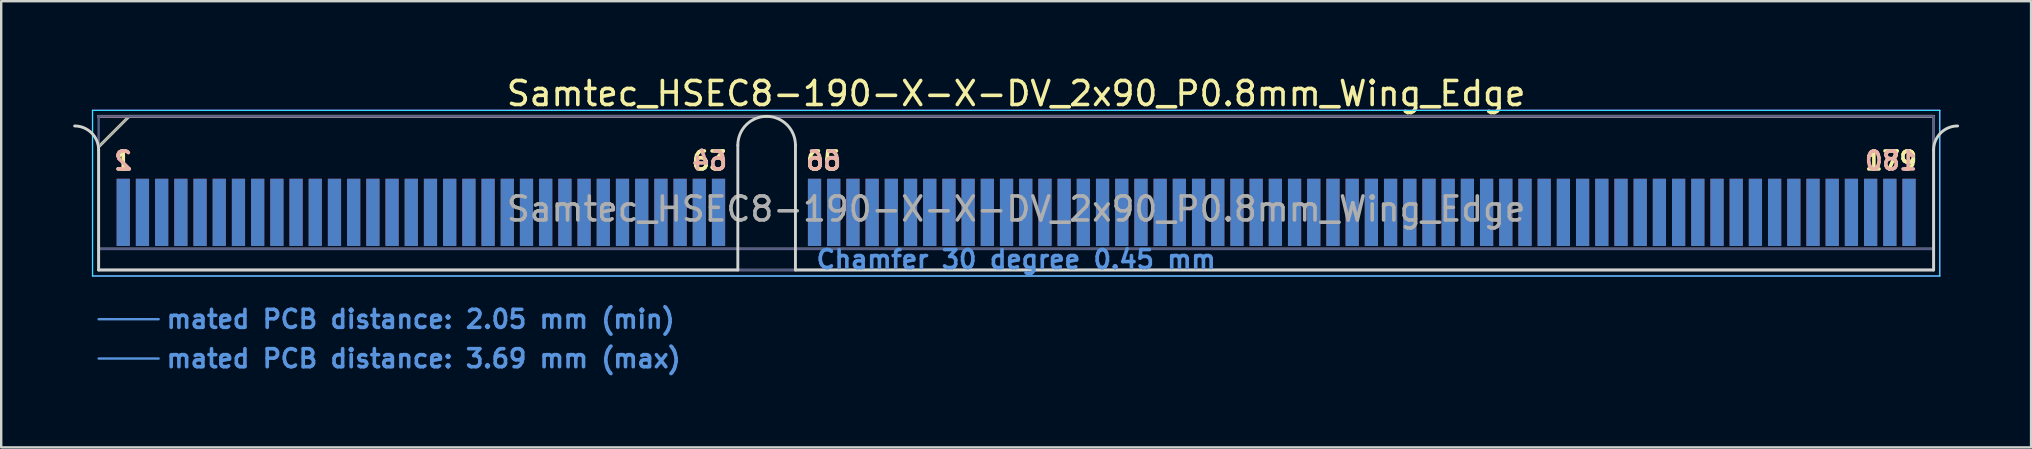
<source format=kicad_pcb>
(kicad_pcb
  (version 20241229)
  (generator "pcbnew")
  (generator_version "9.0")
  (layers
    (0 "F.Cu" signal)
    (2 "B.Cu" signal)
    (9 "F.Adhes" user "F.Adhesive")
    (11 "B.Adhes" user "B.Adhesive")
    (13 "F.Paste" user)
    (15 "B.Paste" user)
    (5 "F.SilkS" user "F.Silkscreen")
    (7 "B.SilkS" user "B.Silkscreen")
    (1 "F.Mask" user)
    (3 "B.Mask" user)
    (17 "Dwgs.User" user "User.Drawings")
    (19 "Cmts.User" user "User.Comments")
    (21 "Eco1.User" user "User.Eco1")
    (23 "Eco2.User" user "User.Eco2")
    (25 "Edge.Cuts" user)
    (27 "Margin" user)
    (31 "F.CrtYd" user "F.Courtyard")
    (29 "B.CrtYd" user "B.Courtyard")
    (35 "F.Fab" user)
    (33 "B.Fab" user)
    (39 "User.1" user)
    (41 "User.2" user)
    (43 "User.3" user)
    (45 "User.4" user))
  (footprint "Samtec_HSEC8-190-X-X-DV_2x90_P0.8mm_Wing_Edge"
    (layer "F.Cu")
    (at 39.285 8.198)
    (property "Reference" "Samtec_HSEC8-190-X-X-DV_2x90_P0.8mm_Wing_Edge" (at 0 -7.35 0) (layer "F.SilkS") (effects (font (size 1 1) (thickness 0.15))))
    (attr exclude_from_pos_files exclude_from_bom)
    (fp_line (start -38.225 -5.13) (end -36.955 -6.4) (stroke (width 0.12) (type solid)) (layer "F.SilkS"))
    (fp_line (start -36.955 -6.4) (end 38.225 -6.4) (stroke (width 0.12) (type solid)) (layer "F.SilkS"))
    (fp_line (start -38.225 -6.4) (end -38.225 -6.4) (stroke (width 0.12) (type solid)) (layer "B.SilkS"))
    (fp_line (start -38.225 -6.4) (end 38.225 -6.4) (stroke (width 0.12) (type solid)) (layer "B.SilkS"))
    (fp_line (start -38.225 2.05) (end -35.725 2.05) (stroke (width 0.1) (type solid)) (layer "Cmts.User"))
    (fp_line (start -38.225 3.69) (end -35.725 3.69) (stroke (width 0.1) (type solid)) (layer "Cmts.User"))
    (fp_line (start -38.225 -5) (end -38.225 0) (stroke (width 0.12) (type solid)) (layer "Edge.Cuts"))
    (fp_line (start -38.225 0) (end -11.595 0) (stroke (width 0.12) (type solid)) (layer "Edge.Cuts"))
    (fp_line (start -11.595 0) (end -11.595 -5.2) (stroke (width 0.12) (type solid)) (layer "Edge.Cuts"))
    (fp_line (start -9.195 -5.2) (end -9.195 0) (stroke (width 0.12) (type solid)) (layer "Edge.Cuts"))
    (fp_line (start -9.195 0) (end 38.225 0) (stroke (width 0.12) (type solid)) (layer "Edge.Cuts"))
    (fp_line (start 38.225 0) (end 38.225 -5) (stroke (width 0.12) (type solid)) (layer "Edge.Cuts"))
    (fp_arc (start -39.225 -6) (mid -38.517893 -5.707107) (end -38.225 -5) (stroke (width 0.12) (type solid)) (layer "Edge.Cuts"))
    (fp_arc (start -11.595 -5.2) (mid -10.395 -6.4) (end -9.195 -5.2) (stroke (width 0.12) (type solid)) (layer "Edge.Cuts"))
    (fp_arc (start 38.225 -5) (mid 38.517893 -5.707107) (end 39.225 -6) (stroke (width 0.12) (type solid)) (layer "Edge.Cuts"))
    (fp_line (start -38.48 -6.65) (end -38.48 0.25) (stroke (width 0.05) (type solid)) (layer "B.CrtYd"))
    (fp_line (start -38.48 0.25) (end 38.48 0.25) (stroke (width 0.05) (type solid)) (layer "B.CrtYd"))
    (fp_line (start 38.48 -6.65) (end -38.48 -6.65) (stroke (width 0.05) (type solid)) (layer "B.CrtYd"))
    (fp_line (start 38.48 0.25) (end 38.48 -6.65) (stroke (width 0.05) (type solid)) (layer "B.CrtYd"))
    (fp_line (start -38.48 -6.65) (end -38.48 0.25) (stroke (width 0.05) (type solid)) (layer "F.CrtYd"))
    (fp_line (start -38.48 0.25) (end 38.48 0.25) (stroke (width 0.05) (type solid)) (layer "F.CrtYd"))
    (fp_line (start 38.48 -6.65) (end -38.48 -6.65) (stroke (width 0.05) (type solid)) (layer "F.CrtYd"))
    (fp_line (start 38.48 0.25) (end 38.48 -6.65) (stroke (width 0.05) (type solid)) (layer "F.CrtYd"))
    (fp_line (start -38.225 -6.4) (end -38.225 -6.4) (stroke (width 0.1) (type solid)) (layer "B.Fab"))
    (fp_line (start -38.225 -6.4) (end -38.225 0) (stroke (width 0.1) (type solid)) (layer "B.Fab"))
    (fp_line (start -38.225 -6.4) (end 38.225 -6.4) (stroke (width 0.1) (type solid)) (layer "B.Fab"))
    (fp_line (start -38.225 -0.88) (end 38.225 -0.88) (stroke (width 0.1) (type solid)) (layer "B.Fab"))
    (fp_line (start -38.225 0) (end 38.225 0) (stroke (width 0.1) (type solid)) (layer "B.Fab"))
    (fp_line (start 38.225 -6.4) (end 38.225 0) (stroke (width 0.1) (type solid)) (layer "B.Fab"))
    (fp_line (start -38.225 -5.13) (end -38.225 0) (stroke (width 0.1) (type solid)) (layer "F.Fab"))
    (fp_line (start -38.225 -5.13) (end -36.955 -6.4) (stroke (width 0.1) (type solid)) (layer "F.Fab"))
    (fp_line (start -38.225 -0.88) (end 38.225 -0.88) (stroke (width 0.1) (type solid)) (layer "F.Fab"))
    (fp_line (start -38.225 0) (end 38.225 0) (stroke (width 0.1) (type solid)) (layer "F.Fab"))
    (fp_line (start -36.955 -6.4) (end 38.225 -6.4) (stroke (width 0.1) (type solid)) (layer "F.Fab"))
    (fp_line (start 38.225 -6.4) (end 38.225 0) (stroke (width 0.1) (type solid)) (layer "F.Fab"))
    (fp_text user "63" (at -12.775 -4.55 0) (layer "F.SilkS") (effects (font (size 0.75 0.75) (thickness 0.15))))
    (fp_text user "1" (at -37.2 -4.55 0) (layer "F.SilkS") (effects (font (size 0.75 0.75) (thickness 0.15))))
    (fp_text user "179" (at 36.45 -4.55 0) (layer "F.SilkS") (effects (font (size 0.75 0.75) (thickness 0.15))))
    (fp_text user "65" (at -8.025 -4.55 0) (layer "F.SilkS") (effects (font (size 0.75 0.75) (thickness 0.15))))
    (fp_text user "64" (at -12.775 -4.55 0) (layer "B.SilkS") (effects (font (size 0.75 0.75) (thickness 0.15)) (justify mirror)))
    (fp_text user "66" (at -8.025 -4.55 0) (layer "B.SilkS") (effects (font (size 0.75 0.75) (thickness 0.15)) (justify mirror)))
    (fp_text user "180" (at 36.45 -4.55 0) (layer "B.SilkS") (effects (font (size 0.75 0.75) (thickness 0.15)) (justify mirror)))
    (fp_text user "2" (at -37.2 -4.55 0) (layer "B.SilkS") (effects (font (size 0.75 0.75) (thickness 0.15)) (justify mirror)))
    (fp_text user "mated PCB distance: 2.05 mm (min)" (at -35.48 2.05 0) (layer "Cmts.User") (effects (font (size 0.75 0.75) (thickness 0.15)) (justify left)))
    (fp_text user "Chamfer 30 degree 0.45 mm" (at 0 -0.44 0) (layer "Cmts.User") (effects (font (size 0.75 0.75) (thickness 0.15))))
    (fp_text user "mated PCB distance: 3.69 mm (max)" (at -35.48 3.69 0) (layer "Cmts.User") (effects (font (size 0.75 0.75) (thickness 0.15)) (justify left)))
    (fp_text user "${REFERENCE}" (at 0 -2.54 0) (layer "F.Fab") (effects (font (size 1 1) (thickness 0.15))))
    (pad "1" connect rect (at -37.2 -2.4) (size 0.55 2.8) (layers "F.Cu" "F.Mask"))
    (pad "2" connect rect (at -37.2 -2.4) (size 0.55 2.8) (layers "B.Cu" "B.Mask"))
    (pad "3" connect rect (at -36.4 -2.4) (size 0.55 2.8) (layers "F.Cu" "F.Mask"))
    (pad "4" connect rect (at -36.4 -2.4) (size 0.55 2.8) (layers "B.Cu" "B.Mask"))
    (pad "5" connect rect (at -35.6 -2.4) (size 0.55 2.8) (layers "F.Cu" "F.Mask"))
    (pad "6" connect rect (at -35.6 -2.4) (size 0.55 2.8) (layers "B.Cu" "B.Mask"))
    (pad "7" connect rect (at -34.8 -2.4) (size 0.55 2.8) (layers "F.Cu" "F.Mask"))
    (pad "8" connect rect (at -34.8 -2.4) (size 0.55 2.8) (layers "B.Cu" "B.Mask"))
    (pad "9" connect rect (at -34 -2.4) (size 0.55 2.8) (layers "F.Cu" "F.Mask"))
    (pad "10" connect rect (at -34 -2.4) (size 0.55 2.8) (layers "B.Cu" "B.Mask"))
    (pad "11" connect rect (at -33.2 -2.4) (size 0.55 2.8) (layers "F.Cu" "F.Mask"))
    (pad "12" connect rect (at -33.2 -2.4) (size 0.55 2.8) (layers "B.Cu" "B.Mask"))
    (pad "13" connect rect (at -32.4 -2.4) (size 0.55 2.8) (layers "F.Cu" "F.Mask"))
    (pad "14" connect rect (at -32.4 -2.4) (size 0.55 2.8) (layers "B.Cu" "B.Mask"))
    (pad "15" connect rect (at -31.6 -2.4) (size 0.55 2.8) (layers "F.Cu" "F.Mask"))
    (pad "16" connect rect (at -31.6 -2.4) (size 0.55 2.8) (layers "B.Cu" "B.Mask"))
    (pad "17" connect rect (at -30.8 -2.4) (size 0.55 2.8) (layers "F.Cu" "F.Mask"))
    (pad "18" connect rect (at -30.8 -2.4) (size 0.55 2.8) (layers "B.Cu" "B.Mask"))
    (pad "19" connect rect (at -30 -2.4) (size 0.55 2.8) (layers "F.Cu" "F.Mask"))
    (pad "20" connect rect (at -30 -2.4) (size 0.55 2.8) (layers "B.Cu" "B.Mask"))
    (pad "21" connect rect (at -29.2 -2.4) (size 0.55 2.8) (layers "F.Cu" "F.Mask"))
    (pad "22" connect rect (at -29.2 -2.4) (size 0.55 2.8) (layers "B.Cu" "B.Mask"))
    (pad "23" connect rect (at -28.4 -2.4) (size 0.55 2.8) (layers "F.Cu" "F.Mask"))
    (pad "24" connect rect (at -28.4 -2.4) (size 0.55 2.8) (layers "B.Cu" "B.Mask"))
    (pad "25" connect rect (at -27.6 -2.4) (size 0.55 2.8) (layers "F.Cu" "F.Mask"))
    (pad "26" connect rect (at -27.6 -2.4) (size 0.55 2.8) (layers "B.Cu" "B.Mask"))
    (pad "27" connect rect (at -26.8 -2.4) (size 0.55 2.8) (layers "F.Cu" "F.Mask"))
    (pad "28" connect rect (at -26.8 -2.4) (size 0.55 2.8) (layers "B.Cu" "B.Mask"))
    (pad "29" connect rect (at -26 -2.4) (size 0.55 2.8) (layers "F.Cu" "F.Mask"))
    (pad "30" connect rect (at -26 -2.4) (size 0.55 2.8) (layers "B.Cu" "B.Mask"))
    (pad "31" connect rect (at -25.2 -2.4) (size 0.55 2.8) (layers "F.Cu" "F.Mask"))
    (pad "32" connect rect (at -25.2 -2.4) (size 0.55 2.8) (layers "B.Cu" "B.Mask"))
    (pad "33" connect rect (at -24.4 -2.4) (size 0.55 2.8) (layers "F.Cu" "F.Mask"))
    (pad "34" connect rect (at -24.4 -2.4) (size 0.55 2.8) (layers "B.Cu" "B.Mask"))
    (pad "35" connect rect (at -23.6 -2.4) (size 0.55 2.8) (layers "F.Cu" "F.Mask"))
    (pad "36" connect rect (at -23.6 -2.4) (size 0.55 2.8) (layers "B.Cu" "B.Mask"))
    (pad "37" connect rect (at -22.8 -2.4) (size 0.55 2.8) (layers "F.Cu" "F.Mask"))
    (pad "38" connect rect (at -22.8 -2.4) (size 0.55 2.8) (layers "B.Cu" "B.Mask"))
    (pad "39" connect rect (at -22 -2.4) (size 0.55 2.8) (layers "F.Cu" "F.Mask"))
    (pad "40" connect rect (at -22 -2.4) (size 0.55 2.8) (layers "B.Cu" "B.Mask"))
    (pad "41" connect rect (at -21.2 -2.4) (size 0.55 2.8) (layers "F.Cu" "F.Mask"))
    (pad "42" connect rect (at -21.2 -2.4) (size 0.55 2.8) (layers "B.Cu" "B.Mask"))
    (pad "43" connect rect (at -20.4 -2.4) (size 0.55 2.8) (layers "F.Cu" "F.Mask"))
    (pad "44" connect rect (at -20.4 -2.4) (size 0.55 2.8) (layers "B.Cu" "B.Mask"))
    (pad "45" connect rect (at -19.6 -2.4) (size 0.55 2.8) (layers "F.Cu" "F.Mask"))
    (pad "46" connect rect (at -19.6 -2.4) (size 0.55 2.8) (layers "B.Cu" "B.Mask"))
    (pad "47" connect rect (at -18.8 -2.4) (size 0.55 2.8) (layers "F.Cu" "F.Mask"))
    (pad "48" connect rect (at -18.8 -2.4) (size 0.55 2.8) (layers "B.Cu" "B.Mask"))
    (pad "49" connect rect (at -18 -2.4) (size 0.55 2.8) (layers "F.Cu" "F.Mask"))
    (pad "50" connect rect (at -18 -2.4) (size 0.55 2.8) (layers "B.Cu" "B.Mask"))
    (pad "51" connect rect (at -17.2 -2.4) (size 0.55 2.8) (layers "F.Cu" "F.Mask"))
    (pad "52" connect rect (at -17.2 -2.4) (size 0.55 2.8) (layers "B.Cu" "B.Mask"))
    (pad "53" connect rect (at -16.4 -2.4) (size 0.55 2.8) (layers "F.Cu" "F.Mask"))
    (pad "54" connect rect (at -16.4 -2.4) (size 0.55 2.8) (layers "B.Cu" "B.Mask"))
    (pad "55" connect rect (at -15.6 -2.4) (size 0.55 2.8) (layers "F.Cu" "F.Mask"))
    (pad "56" connect rect (at -15.6 -2.4) (size 0.55 2.8) (layers "B.Cu" "B.Mask"))
    (pad "57" connect rect (at -14.8 -2.4) (size 0.55 2.8) (layers "F.Cu" "F.Mask"))
    (pad "58" connect rect (at -14.8 -2.4) (size 0.55 2.8) (layers "B.Cu" "B.Mask"))
    (pad "59" connect rect (at -14 -2.4) (size 0.55 2.8) (layers "F.Cu" "F.Mask"))
    (pad "60" connect rect (at -14 -2.4) (size 0.55 2.8) (layers "B.Cu" "B.Mask"))
    (pad "61" connect rect (at -13.2 -2.4) (size 0.55 2.8) (layers "F.Cu" "F.Mask"))
    (pad "62" connect rect (at -13.2 -2.4) (size 0.55 2.8) (layers "B.Cu" "B.Mask"))
    (pad "63" connect rect (at -12.4 -2.4) (size 0.55 2.8) (layers "F.Cu" "F.Mask"))
    (pad "64" connect rect (at -12.4 -2.4) (size 0.55 2.8) (layers "B.Cu" "B.Mask"))
    (pad "65" connect rect (at -8.4 -2.4) (size 0.55 2.8) (layers "F.Cu" "F.Mask"))
    (pad "66" connect rect (at -8.4 -2.4) (size 0.55 2.8) (layers "B.Cu" "B.Mask"))
    (pad "67" connect rect (at -7.6 -2.4) (size 0.55 2.8) (layers "F.Cu" "F.Mask"))
    (pad "68" connect rect (at -7.6 -2.4) (size 0.55 2.8) (layers "B.Cu" "B.Mask"))
    (pad "69" connect rect (at -6.8 -2.4) (size 0.55 2.8) (layers "F.Cu" "F.Mask"))
    (pad "70" connect rect (at -6.8 -2.4) (size 0.55 2.8) (layers "B.Cu" "B.Mask"))
    (pad "71" connect rect (at -6 -2.4) (size 0.55 2.8) (layers "F.Cu" "F.Mask"))
    (pad "72" connect rect (at -6 -2.4) (size 0.55 2.8) (layers "B.Cu" "B.Mask"))
    (pad "73" connect rect (at -5.2 -2.4) (size 0.55 2.8) (layers "F.Cu" "F.Mask"))
    (pad "74" connect rect (at -5.2 -2.4) (size 0.55 2.8) (layers "B.Cu" "B.Mask"))
    (pad "75" connect rect (at -4.4 -2.4) (size 0.55 2.8) (layers "F.Cu" "F.Mask"))
    (pad "76" connect rect (at -4.4 -2.4) (size 0.55 2.8) (layers "B.Cu" "B.Mask"))
    (pad "77" connect rect (at -3.6 -2.4) (size 0.55 2.8) (layers "F.Cu" "F.Mask"))
    (pad "78" connect rect (at -3.6 -2.4) (size 0.55 2.8) (layers "B.Cu" "B.Mask"))
    (pad "79" connect rect (at -2.8 -2.4) (size 0.55 2.8) (layers "F.Cu" "F.Mask"))
    (pad "80" connect rect (at -2.8 -2.4) (size 0.55 2.8) (layers "B.Cu" "B.Mask"))
    (pad "81" connect rect (at -2 -2.4) (size 0.55 2.8) (layers "F.Cu" "F.Mask"))
    (pad "82" connect rect (at -2 -2.4) (size 0.55 2.8) (layers "B.Cu" "B.Mask"))
    (pad "83" connect rect (at -1.2 -2.4) (size 0.55 2.8) (layers "F.Cu" "F.Mask"))
    (pad "84" connect rect (at -1.2 -2.4) (size 0.55 2.8) (layers "B.Cu" "B.Mask"))
    (pad "85" connect rect (at -0.4 -2.4) (size 0.55 2.8) (layers "F.Cu" "F.Mask"))
    (pad "86" connect rect (at -0.4 -2.4) (size 0.55 2.8) (layers "B.Cu" "B.Mask"))
    (pad "87" connect rect (at 0.4 -2.4) (size 0.55 2.8) (layers "F.Cu" "F.Mask"))
    (pad "88" connect rect (at 0.4 -2.4) (size 0.55 2.8) (layers "B.Cu" "B.Mask"))
    (pad "89" connect rect (at 1.2 -2.4) (size 0.55 2.8) (layers "F.Cu" "F.Mask"))
    (pad "90" connect rect (at 1.2 -2.4) (size 0.55 2.8) (layers "B.Cu" "B.Mask"))
    (pad "91" connect rect (at 2 -2.4) (size 0.55 2.8) (layers "F.Cu" "F.Mask"))
    (pad "92" connect rect (at 2 -2.4) (size 0.55 2.8) (layers "B.Cu" "B.Mask"))
    (pad "93" connect rect (at 2.8 -2.4) (size 0.55 2.8) (layers "F.Cu" "F.Mask"))
    (pad "94" connect rect (at 2.8 -2.4) (size 0.55 2.8) (layers "B.Cu" "B.Mask"))
    (pad "95" connect rect (at 3.6 -2.4) (size 0.55 2.8) (layers "F.Cu" "F.Mask"))
    (pad "96" connect rect (at 3.6 -2.4) (size 0.55 2.8) (layers "B.Cu" "B.Mask"))
    (pad "97" connect rect (at 4.4 -2.4) (size 0.55 2.8) (layers "F.Cu" "F.Mask"))
    (pad "98" connect rect (at 4.4 -2.4) (size 0.55 2.8) (layers "B.Cu" "B.Mask"))
    (pad "99" connect rect (at 5.2 -2.4) (size 0.55 2.8) (layers "F.Cu" "F.Mask"))
    (pad "100" connect rect (at 5.2 -2.4) (size 0.55 2.8) (layers "B.Cu" "B.Mask"))
    (pad "101" connect rect (at 6 -2.4) (size 0.55 2.8) (layers "F.Cu" "F.Mask"))
    (pad "102" connect rect (at 6 -2.4) (size 0.55 2.8) (layers "B.Cu" "B.Mask"))
    (pad "103" connect rect (at 6.8 -2.4) (size 0.55 2.8) (layers "F.Cu" "F.Mask"))
    (pad "104" connect rect (at 6.8 -2.4) (size 0.55 2.8) (layers "B.Cu" "B.Mask"))
    (pad "105" connect rect (at 7.6 -2.4) (size 0.55 2.8) (layers "F.Cu" "F.Mask"))
    (pad "106" connect rect (at 7.6 -2.4) (size 0.55 2.8) (layers "B.Cu" "B.Mask"))
    (pad "107" connect rect (at 8.4 -2.4) (size 0.55 2.8) (layers "F.Cu" "F.Mask"))
    (pad "108" connect rect (at 8.4 -2.4) (size 0.55 2.8) (layers "B.Cu" "B.Mask"))
    (pad "109" connect rect (at 9.2 -2.4) (size 0.55 2.8) (layers "F.Cu" "F.Mask"))
    (pad "110" connect rect (at 9.2 -2.4) (size 0.55 2.8) (layers "B.Cu" "B.Mask"))
    (pad "111" connect rect (at 10 -2.4) (size 0.55 2.8) (layers "F.Cu" "F.Mask"))
    (pad "112" connect rect (at 10 -2.4) (size 0.55 2.8) (layers "B.Cu" "B.Mask"))
    (pad "113" connect rect (at 10.8 -2.4) (size 0.55 2.8) (layers "F.Cu" "F.Mask"))
    (pad "114" connect rect (at 10.8 -2.4) (size 0.55 2.8) (layers "B.Cu" "B.Mask"))
    (pad "115" connect rect (at 11.6 -2.4) (size 0.55 2.8) (layers "F.Cu" "F.Mask"))
    (pad "116" connect rect (at 11.6 -2.4) (size 0.55 2.8) (layers "B.Cu" "B.Mask"))
    (pad "117" connect rect (at 12.4 -2.4) (size 0.55 2.8) (layers "F.Cu" "F.Mask"))
    (pad "118" connect rect (at 12.4 -2.4) (size 0.55 2.8) (layers "B.Cu" "B.Mask"))
    (pad "119" connect rect (at 13.2 -2.4) (size 0.55 2.8) (layers "F.Cu" "F.Mask"))
    (pad "120" connect rect (at 13.2 -2.4) (size 0.55 2.8) (layers "B.Cu" "B.Mask"))
    (pad "121" connect rect (at 14 -2.4) (size 0.55 2.8) (layers "F.Cu" "F.Mask"))
    (pad "122" connect rect (at 14 -2.4) (size 0.55 2.8) (layers "B.Cu" "B.Mask"))
    (pad "123" connect rect (at 14.8 -2.4) (size 0.55 2.8) (layers "F.Cu" "F.Mask"))
    (pad "124" connect rect (at 14.8 -2.4) (size 0.55 2.8) (layers "B.Cu" "B.Mask"))
    (pad "125" connect rect (at 15.6 -2.4) (size 0.55 2.8) (layers "F.Cu" "F.Mask"))
    (pad "126" connect rect (at 15.6 -2.4) (size 0.55 2.8) (layers "B.Cu" "B.Mask"))
    (pad "127" connect rect (at 16.4 -2.4) (size 0.55 2.8) (layers "F.Cu" "F.Mask"))
    (pad "128" connect rect (at 16.4 -2.4) (size 0.55 2.8) (layers "B.Cu" "B.Mask"))
    (pad "129" connect rect (at 17.2 -2.4) (size 0.55 2.8) (layers "F.Cu" "F.Mask"))
    (pad "130" connect rect (at 17.2 -2.4) (size 0.55 2.8) (layers "B.Cu" "B.Mask"))
    (pad "131" connect rect (at 18 -2.4) (size 0.55 2.8) (layers "F.Cu" "F.Mask"))
    (pad "132" connect rect (at 18 -2.4) (size 0.55 2.8) (layers "B.Cu" "B.Mask"))
    (pad "133" connect rect (at 18.8 -2.4) (size 0.55 2.8) (layers "F.Cu" "F.Mask"))
    (pad "134" connect rect (at 18.8 -2.4) (size 0.55 2.8) (layers "B.Cu" "B.Mask"))
    (pad "135" connect rect (at 19.6 -2.4) (size 0.55 2.8) (layers "F.Cu" "F.Mask"))
    (pad "136" connect rect (at 19.6 -2.4) (size 0.55 2.8) (layers "B.Cu" "B.Mask"))
    (pad "137" connect rect (at 20.4 -2.4) (size 0.55 2.8) (layers "F.Cu" "F.Mask"))
    (pad "138" connect rect (at 20.4 -2.4) (size 0.55 2.8) (layers "B.Cu" "B.Mask"))
    (pad "139" connect rect (at 21.2 -2.4) (size 0.55 2.8) (layers "F.Cu" "F.Mask"))
    (pad "140" connect rect (at 21.2 -2.4) (size 0.55 2.8) (layers "B.Cu" "B.Mask"))
    (pad "141" connect rect (at 22 -2.4) (size 0.55 2.8) (layers "F.Cu" "F.Mask"))
    (pad "142" connect rect (at 22 -2.4) (size 0.55 2.8) (layers "B.Cu" "B.Mask"))
    (pad "143" connect rect (at 22.8 -2.4) (size 0.55 2.8) (layers "F.Cu" "F.Mask"))
    (pad "144" connect rect (at 22.8 -2.4) (size 0.55 2.8) (layers "B.Cu" "B.Mask"))
    (pad "145" connect rect (at 23.6 -2.4) (size 0.55 2.8) (layers "F.Cu" "F.Mask"))
    (pad "146" connect rect (at 23.6 -2.4) (size 0.55 2.8) (layers "B.Cu" "B.Mask"))
    (pad "147" connect rect (at 24.4 -2.4) (size 0.55 2.8) (layers "F.Cu" "F.Mask"))
    (pad "148" connect rect (at 24.4 -2.4) (size 0.55 2.8) (layers "B.Cu" "B.Mask"))
    (pad "149" connect rect (at 25.2 -2.4) (size 0.55 2.8) (layers "F.Cu" "F.Mask"))
    (pad "150" connect rect (at 25.2 -2.4) (size 0.55 2.8) (layers "B.Cu" "B.Mask"))
    (pad "151" connect rect (at 26 -2.4) (size 0.55 2.8) (layers "F.Cu" "F.Mask"))
    (pad "152" connect rect (at 26 -2.4) (size 0.55 2.8) (layers "B.Cu" "B.Mask"))
    (pad "153" connect rect (at 26.8 -2.4) (size 0.55 2.8) (layers "F.Cu" "F.Mask"))
    (pad "154" connect rect (at 26.8 -2.4) (size 0.55 2.8) (layers "B.Cu" "B.Mask"))
    (pad "155" connect rect (at 27.6 -2.4) (size 0.55 2.8) (layers "F.Cu" "F.Mask"))
    (pad "156" connect rect (at 27.6 -2.4) (size 0.55 2.8) (layers "B.Cu" "B.Mask"))
    (pad "157" connect rect (at 28.4 -2.4) (size 0.55 2.8) (layers "F.Cu" "F.Mask"))
    (pad "158" connect rect (at 28.4 -2.4) (size 0.55 2.8) (layers "B.Cu" "B.Mask"))
    (pad "159" connect rect (at 29.2 -2.4) (size 0.55 2.8) (layers "F.Cu" "F.Mask"))
    (pad "160" connect rect (at 29.2 -2.4) (size 0.55 2.8) (layers "B.Cu" "B.Mask"))
    (pad "161" connect rect (at 30 -2.4) (size 0.55 2.8) (layers "F.Cu" "F.Mask"))
    (pad "162" connect rect (at 30 -2.4) (size 0.55 2.8) (layers "B.Cu" "B.Mask"))
    (pad "163" connect rect (at 30.8 -2.4) (size 0.55 2.8) (layers "F.Cu" "F.Mask"))
    (pad "164" connect rect (at 30.8 -2.4) (size 0.55 2.8) (layers "B.Cu" "B.Mask"))
    (pad "165" connect rect (at 31.6 -2.4) (size 0.55 2.8) (layers "F.Cu" "F.Mask"))
    (pad "166" connect rect (at 31.6 -2.4) (size 0.55 2.8) (layers "B.Cu" "B.Mask"))
    (pad "167" connect rect (at 32.4 -2.4) (size 0.55 2.8) (layers "F.Cu" "F.Mask"))
    (pad "168" connect rect (at 32.4 -2.4) (size 0.55 2.8) (layers "B.Cu" "B.Mask"))
    (pad "169" connect rect (at 33.2 -2.4) (size 0.55 2.8) (layers "F.Cu" "F.Mask"))
    (pad "170" connect rect (at 33.2 -2.4) (size 0.55 2.8) (layers "B.Cu" "B.Mask"))
    (pad "171" connect rect (at 34 -2.4) (size 0.55 2.8) (layers "F.Cu" "F.Mask"))
    (pad "172" connect rect (at 34 -2.4) (size 0.55 2.8) (layers "B.Cu" "B.Mask"))
    (pad "173" connect rect (at 34.8 -2.4) (size 0.55 2.8) (layers "F.Cu" "F.Mask"))
    (pad "174" connect rect (at 34.8 -2.4) (size 0.55 2.8) (layers "B.Cu" "B.Mask"))
    (pad "175" connect rect (at 35.6 -2.4) (size 0.55 2.8) (layers "F.Cu" "F.Mask"))
    (pad "176" connect rect (at 35.6 -2.4) (size 0.55 2.8) (layers "B.Cu" "B.Mask"))
    (pad "177" connect rect (at 36.4 -2.4) (size 0.55 2.8) (layers "F.Cu" "F.Mask"))
    (pad "178" connect rect (at 36.4 -2.4) (size 0.55 2.8) (layers "B.Cu" "B.Mask"))
    (pad "179" connect rect (at 37.2 -2.4) (size 0.55 2.8) (layers "F.Cu" "F.Mask"))
    (pad "180" connect rect (at 37.2 -2.4) (size 0.55 2.8) (layers "B.Cu" "B.Mask")))
  (gr_rect
    (start -3 -3)
    (end 81.57 15.59)
    (stroke (width 0.1) (type default))
    (fill no)
    (layer "Edge.Cuts")))
</source>
